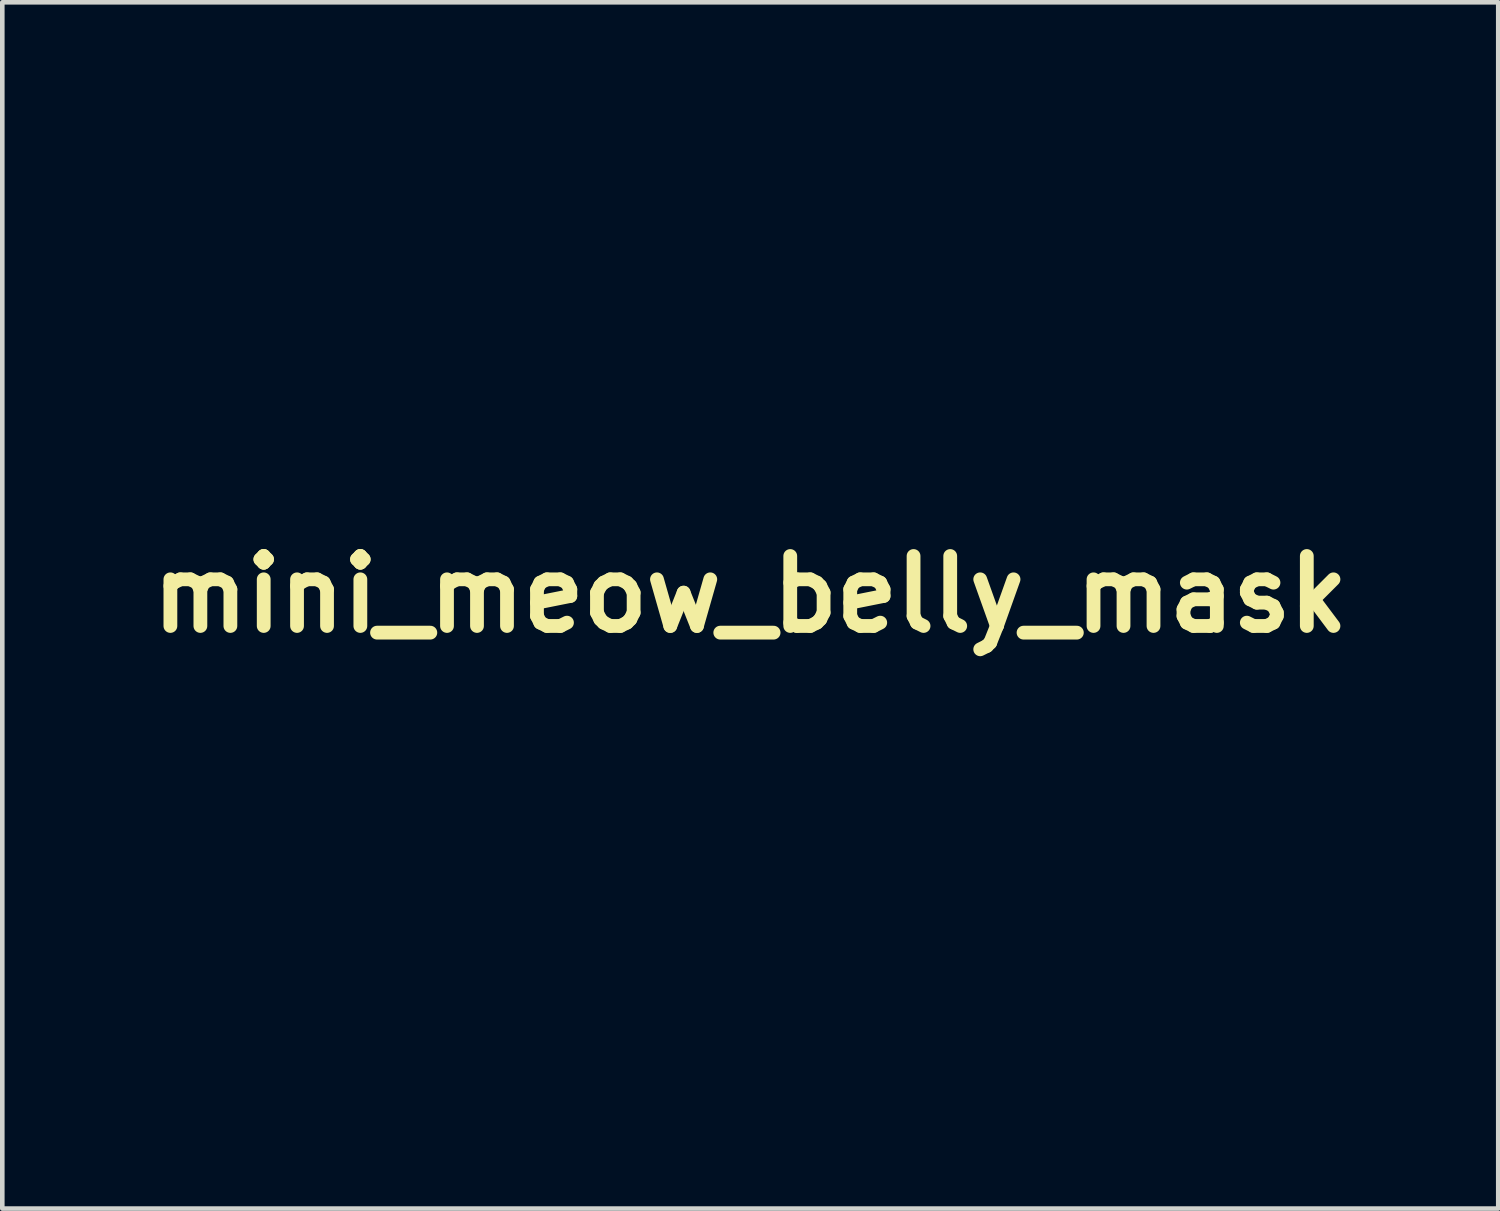
<source format=kicad_pcb>
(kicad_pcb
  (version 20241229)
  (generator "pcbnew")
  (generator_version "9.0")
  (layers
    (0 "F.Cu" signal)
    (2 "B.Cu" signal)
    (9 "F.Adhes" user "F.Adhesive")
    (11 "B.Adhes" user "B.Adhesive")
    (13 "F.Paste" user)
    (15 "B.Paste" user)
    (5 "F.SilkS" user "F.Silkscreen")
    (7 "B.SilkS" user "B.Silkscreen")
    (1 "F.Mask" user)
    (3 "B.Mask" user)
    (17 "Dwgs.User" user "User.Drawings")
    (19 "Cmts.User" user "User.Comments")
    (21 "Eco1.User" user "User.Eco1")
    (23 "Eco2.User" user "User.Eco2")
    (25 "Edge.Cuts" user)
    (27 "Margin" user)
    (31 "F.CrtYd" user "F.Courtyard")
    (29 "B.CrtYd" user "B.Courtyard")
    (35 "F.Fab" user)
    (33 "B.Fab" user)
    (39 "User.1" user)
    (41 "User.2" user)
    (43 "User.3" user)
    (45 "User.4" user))
  (footprint "mini_meow_belly_mask"
    (layer "F.Cu")
    (at 13.288 9.892)
    (property "Reference" "mini_meow_belly_mask" (at 0 0 0) (layer "F.SilkS") (effects (font (size 1.524 1.524) (thickness 0.3))))
    (attr through_hole)
    (fp_poly (pts (xy -1.026 5.711) (xy -1.03 5.721) (xy -1.063 5.745) (xy -1.071 5.746) (xy -1.085 5.73) (xy -1.081 5.721) (xy -1.047 5.696) (xy -1.039 5.695) (xy -1.026 5.711)) (stroke (width 0.01) (type solid)) (fill yes) (layer "F.Mask"))
    (fp_poly (pts (xy 2.311 -1.366) (xy 2.307 -1.336) (xy 2.298 -1.311) (xy 2.273 -1.275) (xy 2.254 -1.281) (xy 2.255 -1.322) (xy 2.276 -1.363) (xy 2.291 -1.373) (xy 2.311 -1.366)) (stroke (width 0.01) (type solid)) (fill yes) (layer "F.Mask"))
    (fp_poly (pts (xy 1.39 -1.587) (xy 1.397 -1.55) (xy 1.376 -1.502) (xy 1.362 -1.486) (xy 1.323 -1.453) (xy 1.305 -1.464) (xy 1.305 -1.519) (xy 1.325 -1.578) (xy 1.354 -1.597) (xy 1.39 -1.587)) (stroke (width 0.01) (type solid)) (fill yes) (layer "F.Mask"))
    (fp_poly (pts (xy 1.647 -1.834) (xy 1.659 -1.811) (xy 1.633 -1.772) (xy 1.617 -1.757) (xy 1.568 -1.721) (xy 1.54 -1.726) (xy 1.538 -1.73) (xy 1.539 -1.768) (xy 1.57 -1.809) (xy 1.613 -1.836) (xy 1.647 -1.834)) (stroke (width 0.01) (type solid)) (fill yes) (layer "F.Mask"))
    (fp_poly (pts (xy 1.757 -2.482) (xy 1.77 -2.455) (xy 1.783 -2.398) (xy 1.79 -2.32) (xy 1.791 -2.303) (xy 1.788 -2.236) (xy 1.772 -2.205) (xy 1.732 -2.192) (xy 1.721 -2.191) (xy 1.676 -2.189) (xy 1.659 -2.205) (xy 1.663 -2.254) (xy 1.667 -2.28) (xy 1.688 -2.363) (xy 1.715 -2.435) (xy 1.718 -2.441) (xy 1.742 -2.483) (xy 1.757 -2.482)) (stroke (width 0.01) (type solid)) (fill yes) (layer "F.Mask"))
    (fp_poly (pts (xy 2.501 -1.925) (xy 2.538 -1.893) (xy 2.595 -1.85) (xy 2.655 -1.839) (xy 2.701 -1.845) (xy 2.762 -1.85) (xy 2.795 -1.843) (xy 2.796 -1.839) (xy 2.779 -1.806) (xy 2.736 -1.753) (xy 2.68 -1.692) (xy 2.624 -1.637) (xy 2.579 -1.601) (xy 2.567 -1.595) (xy 2.525 -1.607) (xy 2.474 -1.664) (xy 2.47 -1.67) (xy 2.431 -1.748) (xy 2.426 -1.819) (xy 2.43 -1.839) (xy 2.448 -1.911) (xy 2.468 -1.939) (xy 2.501 -1.925)) (stroke (width 0.01) (type solid)) (fill yes) (layer "F.Mask"))
    (fp_poly (pts (xy 2.396 -3.135) (xy 2.394 -3.071) (xy 2.372 -2.966) (xy 2.365 -2.936) (xy 2.336 -2.817) (xy 2.303 -2.68) (xy 2.275 -2.559) (xy 2.237 -2.423) (xy 2.199 -2.334) (xy 2.161 -2.293) (xy 2.125 -2.301) (xy 2.09 -2.358) (xy 2.085 -2.371) (xy 2.064 -2.438) (xy 2.037 -2.534) (xy 2.011 -2.633) (xy 1.989 -2.734) (xy 1.981 -2.805) (xy 1.987 -2.864) (xy 2.001 -2.913) (xy 2.025 -2.967) (xy 2.065 -3.013) (xy 2.129 -3.058) (xy 2.225 -3.106) (xy 2.343 -3.157) (xy 2.38 -3.162) (xy 2.396 -3.135)) (stroke (width 0.01) (type solid)) (fill yes) (layer "F.Mask"))
    (fp_poly (pts (xy 1.623 -4.464) (xy 1.622 -4.391) (xy 1.62 -4.367) (xy 1.61 -4.28) (xy 1.599 -4.206) (xy 1.594 -4.181) (xy 1.585 -4.13) (xy 1.575 -4.046) (xy 1.564 -3.947) (xy 1.564 -3.94) (xy 1.551 -3.839) (xy 1.534 -3.751) (xy 1.517 -3.695) (xy 1.516 -3.693) (xy 1.485 -3.634) (xy 1.427 -3.697) (xy 1.361 -3.752) (xy 1.294 -3.789) (xy 1.235 -3.834) (xy 1.222 -3.898) (xy 1.243 -3.96) (xy 1.264 -4.011) (xy 1.288 -4.088) (xy 1.297 -4.119) (xy 1.334 -4.247) (xy 1.367 -4.335) (xy 1.4 -4.394) (xy 1.441 -4.433) (xy 1.478 -4.455) (xy 1.559 -4.491) (xy 1.605 -4.496) (xy 1.623 -4.464)) (stroke (width 0.01) (type solid)) (fill yes) (layer "F.Mask"))
    (fp_poly (pts (xy 1.26 -4.364) (xy 1.281 -4.347) (xy 1.274 -4.313) (xy 1.258 -4.279) (xy 1.231 -4.216) (xy 1.221 -4.168) (xy 1.207 -4.118) (xy 1.198 -4.105) (xy 1.176 -4.066) (xy 1.151 -4.002) (xy 1.147 -3.989) (xy 1.101 -3.906) (xy 1.048 -3.863) (xy 0.991 -3.835) (xy 0.956 -3.818) (xy 0.947 -3.833) (xy 0.948 -3.887) (xy 0.954 -3.931) (xy 0.967 -4.023) (xy 0.977 -4.107) (xy 0.979 -4.132) (xy 0.989 -4.208) (xy 1.005 -4.272) (xy 1.023 -4.309) (xy 1.036 -4.312) (xy 1.065 -4.313) (xy 1.085 -4.326) (xy 1.113 -4.342) (xy 1.119 -4.337) (xy 1.137 -4.335) (xy 1.172 -4.349) (xy 1.227 -4.366) (xy 1.26 -4.364)) (stroke (width 0.01) (type solid)) (fill yes) (layer "F.Mask"))
    (fp_poly (pts (xy 1.491 -3.588) (xy 1.489 -3.538) (xy 1.487 -3.518) (xy 1.466 -3.325) (xy 1.449 -3.176) (xy 1.435 -3.065) (xy 1.422 -2.987) (xy 1.409 -2.933) (xy 1.396 -2.899) (xy 1.388 -2.884) (xy 1.365 -2.862) (xy 1.339 -2.869) (xy 1.298 -2.912) (xy 1.289 -2.923) (xy 1.24 -2.973) (xy 1.188 -2.998) (xy 1.113 -3.008) (xy 1.087 -3.009) (xy 1.008 -3.014) (xy 0.966 -3.027) (xy 0.949 -3.054) (xy 0.945 -3.071) (xy 0.955 -3.129) (xy 0.989 -3.193) (xy 0.992 -3.197) (xy 1.037 -3.246) (xy 1.103 -3.31) (xy 1.18 -3.379) (xy 1.257 -3.445) (xy 1.324 -3.498) (xy 1.371 -3.529) (xy 1.384 -3.534) (xy 1.419 -3.55) (xy 1.452 -3.575) (xy 1.481 -3.597) (xy 1.491 -3.588)) (stroke (width 0.01) (type solid)) (fill yes) (layer "F.Mask"))
    (fp_poly (pts (xy 2.997 -3.394) (xy 2.996 -3.364) (xy 2.981 -3.301) (xy 2.953 -3.217) (xy 2.953 -3.215) (xy 2.913 -3.046) (xy 2.92 -2.891) (xy 2.971 -2.755) (xy 3.066 -2.643) (xy 3.184 -2.566) (xy 3.303 -2.508) (xy 3.248 -2.404) (xy 3.153 -2.255) (xy 3.015 -2.081) (xy 2.941 -1.996) (xy 2.888 -1.94) (xy 2.86 -1.92) (xy 2.849 -1.932) (xy 2.848 -1.947) (xy 2.828 -2.013) (xy 2.779 -2.087) (xy 2.716 -2.153) (xy 2.652 -2.193) (xy 2.641 -2.196) (xy 2.586 -2.219) (xy 2.56 -2.248) (xy 2.56 -2.288) (xy 2.571 -2.368) (xy 2.593 -2.478) (xy 2.622 -2.608) (xy 2.655 -2.75) (xy 2.692 -2.893) (xy 2.729 -3.028) (xy 2.764 -3.145) (xy 2.795 -3.236) (xy 2.803 -3.256) (xy 2.836 -3.304) (xy 2.888 -3.351) (xy 2.942 -3.386) (xy 2.985 -3.398) (xy 2.997 -3.394)) (stroke (width 0.01) (type solid)) (fill yes) (layer "F.Mask"))
    (fp_poly (pts (xy 3.426 -1.909) (xy 3.427 -1.844) (xy 3.422 -1.747) (xy 3.412 -1.627) (xy 3.397 -1.494) (xy 3.379 -1.356) (xy 3.358 -1.222) (xy 3.356 -1.208) (xy 3.334 -1.074) (xy 3.313 -0.939) (xy 3.297 -0.823) (xy 3.29 -0.769) (xy 3.278 -0.683) (xy 3.263 -0.621) (xy 3.251 -0.595) (xy 3.235 -0.563) (xy 3.229 -0.507) (xy 3.217 -0.449) (xy 3.185 -0.434) (xy 3.14 -0.463) (xy 3.11 -0.502) (xy 3.049 -0.598) (xy 2.981 -0.713) (xy 2.909 -0.838) (xy 2.839 -0.965) (xy 2.775 -1.084) (xy 2.723 -1.187) (xy 2.686 -1.265) (xy 2.67 -1.309) (xy 2.67 -1.313) (xy 2.687 -1.346) (xy 2.73 -1.397) (xy 2.784 -1.453) (xy 2.838 -1.5) (xy 2.875 -1.525) (xy 2.88 -1.526) (xy 2.909 -1.542) (xy 2.961 -1.583) (xy 3.009 -1.626) (xy 3.075 -1.684) (xy 3.155 -1.75) (xy 3.241 -1.815) (xy 3.32 -1.873) (xy 3.382 -1.914) (xy 3.417 -1.932) (xy 3.419 -1.932) (xy 3.426 -1.909)) (stroke (width 0.01) (type solid)) (fill yes) (layer "F.Mask"))
    (fp_poly (pts (xy -0.66 -9.886) (xy -0.208 -9.885) (xy -0.064 -9.884) (xy 0.326 -9.883) (xy 0.669 -9.881) (xy 0.967 -9.88) (xy 1.226 -9.878) (xy 1.448 -9.876) (xy 1.638 -9.874) (xy 1.798 -9.871) (xy 1.932 -9.868) (xy 2.044 -9.865) (xy 2.138 -9.86) (xy 2.217 -9.855) (xy 2.285 -9.85) (xy 2.345 -9.843) (xy 2.4 -9.835) (xy 2.456 -9.826) (xy 2.492 -9.82) (xy 2.918 -9.736) (xy 3.308 -9.635) (xy 3.677 -9.514) (xy 4.04 -9.368) (xy 4.335 -9.23) (xy 4.828 -8.96) (xy 5.283 -8.657) (xy 5.702 -8.321) (xy 6.087 -7.949) (xy 6.274 -7.742) (xy 6.629 -7.294) (xy 6.937 -6.829) (xy 7.199 -6.344) (xy 7.416 -5.837) (xy 7.59 -5.305) (xy 7.72 -4.748) (xy 7.771 -4.449) (xy 7.777 -4.405) (xy 7.783 -4.355) (xy 7.788 -4.298) (xy 7.792 -4.231) (xy 7.797 -4.151) (xy 7.8 -4.056) (xy 7.803 -3.942) (xy 7.806 -3.808) (xy 7.809 -3.651) (xy 7.811 -3.467) (xy 7.813 -3.254) (xy 7.815 -3.01) (xy 7.817 -2.732) (xy 7.818 -2.416) (xy 7.82 -2.062) (xy 7.821 -1.665) (xy 7.822 -1.223) (xy 7.824 -0.733) (xy 7.824 -0.62) (xy 7.833 2.916) (xy 7.711 2.962) (xy 7.586 3.014) (xy 7.431 3.088) (xy 7.259 3.176) (xy 7.084 3.271) (xy 6.917 3.368) (xy 6.772 3.458) (xy 6.756 3.469) (xy 6.336 3.777) (xy 5.951 4.12) (xy 5.602 4.494) (xy 5.291 4.896) (xy 5.02 5.322) (xy 4.79 5.771) (xy 4.603 6.238) (xy 4.461 6.721) (xy 4.366 7.217) (xy 4.319 7.722) (xy 4.314 7.958) (xy 4.315 8.129) (xy 4.319 8.261) (xy 4.327 8.366) (xy 4.34 8.456) (xy 4.359 8.542) (xy 4.369 8.58) (xy 4.432 8.769) (xy 4.517 8.966) (xy 4.614 9.152) (xy 4.715 9.308) (xy 4.726 9.323) (xy 4.782 9.402) (xy 4.805 9.451) (xy 4.798 9.479) (xy 4.797 9.48) (xy 4.747 9.512) (xy 4.661 9.561) (xy 4.547 9.621) (xy 4.416 9.687) (xy 4.278 9.754) (xy 4.141 9.818) (xy 4.016 9.873) (xy 3.954 9.9) (xy 3.525 10.059) (xy 3.104 10.183) (xy 2.669 10.277) (xy 2.395 10.321) (xy 2.331 10.33) (xy 2.268 10.338) (xy 2.204 10.345) (xy 2.134 10.351) (xy 2.055 10.356) (xy 1.964 10.36) (xy 1.857 10.364) (xy 1.73 10.366) (xy 1.579 10.368) (xy 1.401 10.37) (xy 1.193 10.371) (xy 0.951 10.371) (xy 0.671 10.371) (xy 0.349 10.371) (xy -0.018 10.371) (xy -0.262 10.37) (xy -0.603 10.37) (xy -0.932 10.368) (xy -1.246 10.367) (xy -1.541 10.365) (xy -1.811 10.362) (xy -2.055 10.36) (xy -2.267 10.357) (xy -2.443 10.354) (xy -2.581 10.35) (xy -2.675 10.347) (xy -2.721 10.344) (xy -3.237 10.254) (xy -3.72 10.137) (xy -4.177 9.988) (xy -4.619 9.805) (xy -5.013 9.608) (xy -5.111 9.554) (xy -5.191 9.51) (xy -5.243 9.481) (xy -5.258 9.471) (xy -5.248 9.449) (xy -5.215 9.394) (xy -5.164 9.316) (xy -5.128 9.262) (xy -4.986 9.02) (xy -4.879 8.76) (xy -4.805 8.479) (xy -4.792 8.378) (xy -2.184 8.378) (xy -2.18 8.464) (xy -2.171 8.53) (xy -2.157 8.558) (xy -2.141 8.591) (xy -2.136 8.637) (xy -2.118 8.696) (xy -2.062 8.773) (xy -2.002 8.836) (xy -1.869 8.97) (xy -1.716 8.963) (xy -1.609 8.955) (xy -1.501 8.945) (xy -1.449 8.938) (xy -1.363 8.925) (xy -1.288 8.914) (xy -1.271 8.911) (xy -1.208 8.902) (xy -1.121 8.891) (xy -1.081 8.886) (xy -0.92 8.864) (xy -0.797 8.836) (xy -0.698 8.799) (xy -0.609 8.745) (xy -0.518 8.669) (xy -0.497 8.65) (xy -0.42 8.581) (xy -0.348 8.518) (xy -0.301 8.479) (xy -0.238 8.407) (xy -0.183 8.303) (xy -0.143 8.186) (xy -0.127 8.076) (xy -0.127 8.072) (xy -0.118 7.989) (xy -0.092 7.936) (xy -0.089 7.933) (xy -0.062 7.896) (xy -0.05 7.855) (xy -0.058 7.832) (xy -0.062 7.831) (xy -0.099 7.842) (xy -0.149 7.866) (xy -0.191 7.893) (xy -0.203 7.907) (xy -0.224 7.929) (xy -0.273 7.958) (xy -0.273 7.958) (xy -0.326 7.983) (xy -0.37 7.999) (xy -0.43 8.014) (xy -0.458 8.021) (xy -0.52 8.031) (xy -0.602 8.038) (xy -0.689 8.041) (xy -0.768 8.041) (xy -0.825 8.037) (xy -0.848 8.029) (xy -0.847 8.027) (xy -0.812 7.993) (xy -0.744 7.944) (xy -0.655 7.888) (xy -0.559 7.831) (xy -0.467 7.781) (xy -0.393 7.745) (xy -0.35 7.732) (xy -0.312 7.719) (xy -0.305 7.706) (xy -0.29 7.691) (xy 0.229 7.691) (xy 0.241 7.732) (xy 0.273 7.799) (xy 0.315 7.877) (xy 0.36 7.95) (xy 0.374 7.971) (xy 0.49 8.168) (xy 0.564 8.384) (xy 0.594 8.557) (xy 0.596 8.651) (xy 0.574 8.706) (xy 0.523 8.731) (xy 0.519 8.731) (xy 0.475 8.757) (xy 0.462 8.803) (xy 0.484 8.847) (xy 0.495 8.854) (xy 0.539 8.896) (xy 0.561 8.933) (xy 0.59 8.991) (xy 0.632 9.063) (xy 0.64 9.077) (xy 0.683 9.149) (xy 0.719 9.213) (xy 0.724 9.221) (xy 0.803 9.331) (xy 0.911 9.434) (xy 1.029 9.511) (xy 1.056 9.524) (xy 1.141 9.555) (xy 1.204 9.562) (xy 1.265 9.545) (xy 1.31 9.523) (xy 1.414 9.442) (xy 1.479 9.332) (xy 1.5 9.2) (xy 1.499 9.179) (xy 1.494 9.104) (xy 1.491 9.039) (xy 1.478 8.975) (xy 1.454 8.936) (xy 1.428 8.901) (xy 1.427 8.885) (xy 1.421 8.837) (xy 1.387 8.758) (xy 1.332 8.655) (xy 1.261 8.539) (xy 1.179 8.416) (xy 1.091 8.294) (xy 1.002 8.184) (xy 0.919 8.091) (xy 0.91 8.082) (xy 0.816 7.99) (xy 0.747 7.925) (xy 0.693 7.882) (xy 0.644 7.85) (xy 0.591 7.822) (xy 0.565 7.81) (xy 0.479 7.766) (xy 0.396 7.715) (xy 0.39 7.71) (xy 0.327 7.676) (xy 0.276 7.667) (xy 0.269 7.668) (xy 0.234 7.685) (xy 0.229 7.691) (xy -0.29 7.691) (xy -0.283 7.684) (xy -0.229 7.659) (xy -0.21 7.652) (xy -0.138 7.624) (xy -0.082 7.595) (xy -0.076 7.591) (xy -0.037 7.567) (xy 0.036 7.528) (xy 0.128 7.483) (xy 0.165 7.465) (xy 0.273 7.414) (xy 0.376 7.364) (xy 0.456 7.324) (xy 0.47 7.316) (xy 0.556 7.273) (xy 0.655 7.222) (xy 0.699 7.2) (xy 0.785 7.155) (xy 0.864 7.11) (xy 0.895 7.089) (xy 0.941 7.05) (xy 0.95 7.011) (xy 0.939 6.974) (xy 0.924 6.914) (xy 0.925 6.876) (xy 0.913 6.844) (xy 0.87 6.79) (xy 0.806 6.722) (xy 0.727 6.647) (xy 0.645 6.576) (xy 0.568 6.517) (xy 0.525 6.489) (xy 0.441 6.45) (xy 0.362 6.444) (xy 0.268 6.471) (xy 0.249 6.479) (xy 0.193 6.493) (xy 0.102 6.506) (xy -0.008 6.517) (xy -0.056 6.52) (xy -0.27 6.533) (xy -0.438 6.544) (xy -0.567 6.554) (xy -0.663 6.564) (xy -0.731 6.573) (xy -0.775 6.583) (xy -0.835 6.592) (xy -0.928 6.597) (xy -1.04 6.598) (xy -1.093 6.597) (xy -1.229 6.589) (xy -1.328 6.575) (xy -1.404 6.551) (xy -1.436 6.536) (xy -1.52 6.497) (xy -1.572 6.487) (xy -1.6 6.505) (xy -1.608 6.528) (xy -1.601 6.598) (xy -1.557 6.686) (xy -1.485 6.782) (xy -1.392 6.879) (xy -1.285 6.966) (xy -1.172 7.036) (xy -1.167 7.039) (xy -1.091 7.072) (xy -1.008 7.094) (xy -0.906 7.108) (xy -0.772 7.115) (xy -0.704 7.117) (xy -0.629 7.121) (xy -0.594 7.134) (xy -0.589 7.16) (xy -0.589 7.161) (xy -0.618 7.2) (xy -0.646 7.21) (xy -0.694 7.226) (xy -0.709 7.239) (xy -0.74 7.268) (xy -0.797 7.311) (xy -0.867 7.361) (xy -0.937 7.407) (xy -0.991 7.44) (xy -1.015 7.45) (xy -1.047 7.467) (xy -1.086 7.507) (xy -1.15 7.567) (xy -1.232 7.618) (xy -1.309 7.649) (xy -1.339 7.653) (xy -1.388 7.671) (xy -1.442 7.714) (xy -1.443 7.715) (xy -1.509 7.77) (xy -1.594 7.823) (xy -1.679 7.863) (xy -1.747 7.882) (xy -1.752 7.882) (xy -1.799 7.9) (xy -1.814 7.92) (xy -1.851 7.949) (xy -1.914 7.958) (xy -2.004 7.983) (xy -2.09 8.059) (xy -2.156 8.157) (xy -2.171 8.209) (xy -2.181 8.288) (xy -2.184 8.378) (xy -4.792 8.378) (xy -4.766 8.173) (xy -4.76 7.838) (xy -4.787 7.472) (xy -4.847 7.071) (xy -4.871 6.941) (xy -4.977 6.52) (xy -3.849 6.52) (xy -3.832 6.557) (xy -3.788 6.577) (xy -3.726 6.586) (xy -3.651 6.604) (xy -3.565 6.651) (xy -3.549 6.662) (xy -3.487 6.706) (xy -3.442 6.733) (xy -3.429 6.738) (xy -3.399 6.751) (xy -3.341 6.785) (xy -3.289 6.819) (xy -3.145 6.888) (xy -2.99 6.909) (xy -2.842 6.885) (xy -2.64 6.811) (xy -2.44 6.726) (xy -2.262 6.636) (xy -2.199 6.6) (xy -2.099 6.54) (xy -2 6.484) (xy -1.922 6.441) (xy -1.915 6.438) (xy -1.763 6.345) (xy -1.656 6.248) (xy -1.613 6.213) (xy -1.586 6.204) (xy -1.555 6.188) (xy -1.496 6.145) (xy -1.422 6.084) (xy -1.392 6.058) (xy -1.292 5.97) (xy -1.183 5.876) (xy -1.087 5.795) (xy -1.082 5.791) (xy -1.016 5.734) (xy -0.975 5.691) (xy -0.966 5.671) (xy -0.968 5.67) (xy -0.988 5.662) (xy -0.972 5.64) (xy -0.932 5.628) (xy -0.891 5.656) (xy -0.858 5.719) (xy -0.854 5.735) (xy -0.826 5.804) (xy -0.777 5.89) (xy -0.718 5.978) (xy -0.66 6.052) (xy -0.612 6.097) (xy -0.611 6.097) (xy -0.559 6.115) (xy -0.477 6.12) (xy -0.355 6.115) (xy -0.349 6.114) (xy -0.25 6.105) (xy -0.172 6.096) (xy -0.127 6.088) (xy -0.122 6.086) (xy -0.076 6.072) (xy 0.02 6.057) (xy 0.165 6.039) (xy 0.186 6.037) (xy 0.274 6.024) (xy 0.351 6.006) (xy 0.372 5.999) (xy 0.445 5.98) (xy 0.495 5.975) (xy 0.555 5.954) (xy 0.619 5.898) (xy 0.622 5.895) (xy 0.67 5.812) (xy 0.67 5.733) (xy 0.619 5.652) (xy 0.601 5.633) (xy 0.543 5.568) (xy 0.492 5.505) (xy 0.449 5.459) (xy 0.396 5.439) (xy 0.329 5.436) (xy 0.238 5.439) (xy 0.156 5.447) (xy 0.14 5.45) (xy 0.073 5.46) (xy -0.021 5.472) (xy -0.095 5.481) (xy -0.178 5.494) (xy -0.235 5.509) (xy -0.254 5.522) (xy -0.271 5.533) (xy -0.285 5.527) (xy -0.324 5.518) (xy -0.399 5.513) (xy -0.495 5.513) (xy -0.511 5.514) (xy -0.615 5.515) (xy -0.679 5.51) (xy -0.711 5.496) (xy -0.72 5.483) (xy -0.715 5.437) (xy -0.698 5.414) (xy -0.666 5.37) (xy -0.661 5.347) (xy -0.644 5.322) (xy -0.614 5.325) (xy -0.576 5.321) (xy -0.517 5.286) (xy -0.433 5.218) (xy -0.391 5.181) (xy -0.254 5.054) (xy -0.13 4.934) (xy -0.024 4.828) (xy 0.059 4.739) (xy 0.115 4.672) (xy 0.139 4.633) (xy 0.139 4.626) (xy 0.135 4.604) (xy 0.161 4.607) (xy 0.206 4.634) (xy 0.225 4.649) (xy 0.265 4.693) (xy 0.28 4.726) (xy 0.297 4.753) (xy 0.305 4.755) (xy 0.33 4.774) (xy 0.331 4.782) (xy 0.347 4.824) (xy 0.392 4.89) (xy 0.455 4.968) (xy 0.529 5.046) (xy 0.568 5.084) (xy 0.623 5.142) (xy 0.695 5.228) (xy 0.777 5.332) (xy 0.846 5.427) (xy 0.929 5.541) (xy 1.016 5.655) (xy 1.094 5.754) (xy 1.142 5.811) (xy 1.28 5.983) (xy 1.425 6.187) (xy 1.565 6.409) (xy 1.64 6.54) (xy 1.701 6.644) (xy 1.76 6.739) (xy 1.81 6.811) (xy 1.828 6.834) (xy 1.875 6.889) (xy 1.941 6.969) (xy 2.013 7.059) (xy 2.032 7.083) (xy 2.114 7.181) (xy 2.205 7.277) (xy 2.288 7.354) (xy 2.298 7.363) (xy 2.37 7.412) (xy 2.477 7.476) (xy 2.608 7.548) (xy 2.751 7.622) (xy 2.895 7.693) (xy 3.029 7.754) (xy 3.14 7.8) (xy 3.158 7.807) (xy 3.242 7.846) (xy 3.319 7.895) (xy 3.324 7.899) (xy 3.392 7.934) (xy 3.481 7.956) (xy 3.576 7.962) (xy 3.662 7.953) (xy 3.721 7.928) (xy 3.736 7.911) (xy 3.747 7.861) (xy 3.75 7.78) (xy 3.747 7.684) (xy 3.738 7.59) (xy 3.725 7.516) (xy 3.711 7.481) (xy 3.7 7.456) (xy 3.688 7.417) (xy 3.681 7.399) (xy 3.664 7.353) (xy 3.638 7.281) (xy 3.626 7.246) (xy 3.593 7.174) (xy 3.542 7.111) (xy 3.463 7.043) (xy 3.426 7.015) (xy 3.316 6.942) (xy 3.189 6.867) (xy 3.089 6.815) (xy 2.822 6.679) (xy 2.589 6.543) (xy 2.395 6.408) (xy 2.244 6.279) (xy 2.2 6.232) (xy 2.143 6.169) (xy 2.068 6.086) (xy 1.992 6.003) (xy 1.911 5.912) (xy 1.817 5.802) (xy 1.729 5.696) (xy 1.718 5.683) (xy 1.646 5.598) (xy 1.546 5.485) (xy 1.425 5.351) (xy 1.289 5.204) (xy 1.146 5.052) (xy 1.003 4.901) (xy 0.867 4.76) (xy 0.745 4.637) (xy 0.736 4.628) (xy 0.639 4.532) (xy 0.575 4.463) (xy 0.539 4.414) (xy 0.528 4.374) (xy 0.539 4.335) (xy 0.57 4.288) (xy 0.599 4.248) (xy 0.65 4.172) (xy 0.676 4.116) (xy 0.682 4.062) (xy 0.675 3.998) (xy 0.634 3.796) (xy 0.572 3.631) (xy 0.483 3.489) (xy 0.429 3.423) (xy 0.382 3.391) (xy 0.35 3.405) (xy 0.339 3.46) (xy 0.341 3.485) (xy 0.337 3.545) (xy 0.31 3.607) (xy 0.252 3.679) (xy 0.16 3.77) (xy 0.128 3.799) (xy 0.071 3.852) (xy -0.013 3.933) (xy -0.116 4.032) (xy -0.228 4.141) (xy -0.302 4.214) (xy -0.405 4.316) (xy -0.497 4.403) (xy -0.571 4.471) (xy -0.621 4.514) (xy -0.639 4.526) (xy -0.66 4.545) (xy -0.661 4.552) (xy -0.677 4.583) (xy -0.718 4.632) (xy -0.771 4.687) (xy -0.822 4.734) (xy -0.859 4.76) (xy -0.867 4.762) (xy -0.891 4.776) (xy -0.942 4.82) (xy -1.011 4.886) (xy -1.059 4.934) (xy -1.151 5.023) (xy -1.248 5.108) (xy -1.334 5.175) (xy -1.36 5.193) (xy -1.436 5.245) (xy -1.499 5.293) (xy -1.526 5.317) (xy -1.565 5.351) (xy -1.633 5.402) (xy -1.716 5.46) (xy -1.729 5.469) (xy -1.826 5.536) (xy -1.921 5.606) (xy -1.994 5.663) (xy -1.994 5.663) (xy -2.055 5.711) (xy -2.099 5.741) (xy -2.112 5.746) (xy -2.141 5.759) (xy -2.199 5.794) (xy -2.275 5.843) (xy -2.279 5.846) (xy -2.355 5.893) (xy -2.415 5.925) (xy -2.446 5.934) (xy -2.447 5.933) (xy -2.466 5.939) (xy -2.466 5.944) (xy -2.487 5.963) (xy -2.538 5.994) (xy -2.607 6.03) (xy -2.68 6.065) (xy -2.743 6.091) (xy -2.782 6.103) (xy -2.788 6.101) (xy -2.807 6.106) (xy -2.839 6.13) (xy -2.919 6.181) (xy -3.037 6.234) (xy -3.179 6.284) (xy -3.332 6.328) (xy -3.483 6.361) (xy -3.572 6.373) (xy -3.655 6.388) (xy -3.72 6.411) (xy -3.74 6.423) (xy -3.784 6.452) (xy -3.807 6.458) (xy -3.84 6.478) (xy -3.849 6.52) (xy -4.977 6.52) (xy -4.996 6.443) (xy -5.167 5.961) (xy -5.383 5.499) (xy -5.64 5.059) (xy -5.937 4.645) (xy -6.271 4.26) (xy -6.64 3.906) (xy -7.041 3.588) (xy -7.472 3.309) (xy -7.75 3.158) (xy -7.874 3.096) (xy -7.994 3.039) (xy -8.096 2.992) (xy -8.167 2.963) (xy -8.168 2.962) (xy -8.289 2.917) (xy -8.289 1.213) (xy -0.583 1.213) (xy -0.57 1.324) (xy -0.532 1.415) (xy -0.392 1.642) (xy -0.252 1.827) (xy -0.201 1.884) (xy -0.135 1.944) (xy -0.062 1.99) (xy 0.024 2.022) (xy 0.129 2.042) (xy 0.261 2.051) (xy 0.426 2.048) (xy 0.631 2.036) (xy 0.795 2.023) (xy 0.865 2.02) (xy 0.908 2.025) (xy 0.915 2.03) (xy 0.893 2.065) (xy 0.824 2.122) (xy 0.737 2.185) (xy 0.675 2.23) (xy 0.63 2.267) (xy 0.623 2.275) (xy 0.589 2.304) (xy 0.528 2.35) (xy 0.477 2.386) (xy 0.412 2.432) (xy 0.368 2.467) (xy 0.356 2.48) (xy 0.376 2.479) (xy 0.423 2.465) (xy 0.477 2.443) (xy 0.519 2.421) (xy 0.553 2.403) (xy 0.559 2.401) (xy 0.603 2.385) (xy 0.671 2.353) (xy 0.743 2.313) (xy 0.796 2.281) (xy 0.861 2.25) (xy 0.918 2.245) (xy 0.918 2.246) (xy 0.973 2.242) (xy 1.042 2.216) (xy 1.058 2.207) (xy 1.151 2.17) (xy 1.214 2.169) (xy 1.29 2.167) (xy 1.347 2.149) (xy 1.406 2.13) (xy 1.501 2.112) (xy 1.616 2.096) (xy 1.739 2.084) (xy 1.852 2.079) (xy 1.913 2.079) (xy 1.997 2.09) (xy 2.095 2.114) (xy 2.19 2.145) (xy 2.261 2.178) (xy 2.279 2.19) (xy 2.329 2.202) (xy 2.4 2.191) (xy 2.475 2.161) (xy 2.535 2.12) (xy 2.55 2.102) (xy 2.593 1.992) (xy 2.592 1.863) (xy 2.549 1.721) (xy 2.476 1.59) (xy 2.43 1.517) (xy 2.399 1.458) (xy 2.39 1.432) (xy 2.374 1.379) (xy 2.335 1.31) (xy 2.286 1.243) (xy 2.239 1.196) (xy 2.231 1.192) (xy 2.139 1.153) (xy 2.016 1.117) (xy 1.881 1.086) (xy 1.751 1.064) (xy 1.645 1.057) (xy 1.623 1.058) (xy 1.566 1.061) (xy 1.471 1.066) (xy 1.35 1.072) (xy 1.216 1.078) (xy 1.195 1.079) (xy 1.043 1.086) (xy 0.886 1.094) (xy 0.743 1.101) (xy 0.636 1.108) (xy 0.444 1.119) (xy 0.252 1.126) (xy 0.067 1.129) (xy -0.103 1.129) (xy -0.248 1.126) (xy -0.362 1.118) (xy -0.436 1.108) (xy -0.451 1.103) (xy -0.509 1.084) (xy -0.539 1.091) (xy -0.559 1.118) (xy -0.583 1.213) (xy -8.289 1.213) (xy -8.289 0.783) (xy -8.231 0.797) (xy -7.991 0.84) (xy -7.726 0.858) (xy -7.455 0.851) (xy -7.196 0.819) (xy -7.064 0.79) (xy -6.724 0.678) (xy -6.407 0.522) (xy -6.118 0.325) (xy -5.86 0.089) (xy -5.636 -0.182) (xy -5.579 -0.267) (xy -5.49 -0.415) (xy -5.406 -0.578) (xy -5.333 -0.741) (xy -5.279 -0.889) (xy -5.25 -0.998) (xy -5.235 -1.059) (xy -5.222 -1.092) (xy -5.22 -1.093) (xy -5.193 -1.08) (xy -5.143 -1.047) (xy -5.134 -1.041) (xy -5.075 -1.005) (xy -4.987 -0.958) (xy -4.888 -0.909) (xy -4.874 -0.902) (xy -4.547 -0.779) (xy -4.212 -0.703) (xy -3.871 -0.675) (xy -3.532 -0.693) (xy -3.198 -0.757) (xy -2.874 -0.866) (xy -2.566 -1.019) (xy -2.279 -1.215) (xy -2.175 -1.303) (xy -1.736 -1.303) (xy -1.713 -1.259) (xy -1.698 -1.238) (xy -1.659 -1.161) (xy -1.639 -1.081) (xy -1.638 -1.074) (xy -1.612 -0.993) (xy -1.549 -0.928) (xy -1.461 -0.886) (xy -1.362 -0.875) (xy -1.323 -0.881) (xy -1.26 -0.902) (xy -1.177 -0.936) (xy -1.088 -0.976) (xy -1.008 -1.016) (xy -0.979 -1.033) (xy -0.557 -1.033) (xy -0.535 -0.958) (xy -0.509 -0.916) (xy -0.475 -0.849) (xy -0.444 -0.758) (xy -0.432 -0.708) (xy -0.405 -0.586) (xy -0.378 -0.485) (xy -0.354 -0.414) (xy -0.334 -0.382) (xy -0.332 -0.381) (xy -0.313 -0.36) (xy -0.289 -0.307) (xy -0.284 -0.296) (xy -0.234 -0.202) (xy -0.161 -0.12) (xy -0.075 -0.054) (xy 0.016 -0.01) (xy 0.102 0.009) (xy 0.172 -0.004) (xy 0.209 -0.036) (xy 0.224 -0.081) (xy 0.228 -0.131) (xy 0.235 -0.201) (xy 0.251 -0.303) (xy 0.274 -0.423) (xy 0.301 -0.548) (xy 0.329 -0.662) (xy 0.354 -0.753) (xy 0.372 -0.801) (xy 0.404 -0.875) (xy 0.423 -0.941) (xy 0.441 -1.004) (xy 0.473 -1.084) (xy 0.483 -1.106) (xy 0.519 -1.193) (xy 0.547 -1.28) (xy 0.563 -1.356) (xy 0.565 -1.408) (xy 0.554 -1.424) (xy 0.527 -1.407) (xy 0.474 -1.364) (xy 0.403 -1.302) (xy 0.325 -1.231) (xy 0.249 -1.159) (xy 0.184 -1.095) (xy 0.141 -1.048) (xy 0.137 -1.042) (xy 0.037 -0.929) (xy -0.053 -0.856) (xy -0.101 -0.829) (xy -0.131 -0.835) (xy -0.167 -0.878) (xy -0.168 -0.879) (xy -0.235 -0.97) (xy -0.284 -1.028) (xy -0.326 -1.063) (xy -0.371 -1.085) (xy -0.395 -1.094) (xy -0.483 -1.107) (xy -0.538 -1.085) (xy -0.557 -1.033) (xy -0.979 -1.033) (xy -0.949 -1.05) (xy -0.928 -1.068) (xy -0.897 -1.082) (xy -0.887 -1.079) (xy -0.85 -1.081) (xy -0.818 -1.101) (xy -0.757 -1.142) (xy -0.655 -1.191) (xy -0.524 -1.246) (xy -0.42 -1.284) (xy -0.342 -1.314) (xy -0.284 -1.339) (xy -0.266 -1.35) (xy -0.222 -1.371) (xy -0.177 -1.384) (xy -0.127 -1.398) (xy -0.043 -1.425) (xy 0.062 -1.461) (xy 0.13 -1.485) (xy 0.242 -1.524) (xy 0.343 -1.557) (xy 0.42 -1.58) (xy 0.448 -1.586) (xy 0.517 -1.601) (xy 0.608 -1.62) (xy 0.648 -1.629) (xy 0.822 -1.665) (xy 0.948 -1.684) (xy 0.979 -1.687) (xy 1.001 -1.686) (xy 1.015 -1.672) (xy 1.024 -1.637) (xy 1.029 -1.574) (xy 1.031 -1.472) (xy 1.031 -1.398) (xy 1.036 -1.224) (xy 1.05 -1.087) (xy 1.074 -0.977) (xy 1.079 -0.96) (xy 1.133 -0.832) (xy 1.202 -0.737) (xy 1.278 -0.679) (xy 1.357 -0.662) (xy 1.421 -0.684) (xy 1.454 -0.725) (xy 1.487 -0.796) (xy 1.513 -0.879) (xy 1.525 -0.953) (xy 1.525 -0.958) (xy 1.535 -1.009) (xy 1.55 -1.029) (xy 1.564 -1.062) (xy 1.56 -1.082) (xy 1.561 -1.133) (xy 1.57 -1.151) (xy 1.592 -1.195) (xy 1.622 -1.278) (xy 1.658 -1.389) (xy 1.696 -1.518) (xy 1.732 -1.652) (xy 1.764 -1.783) (xy 1.765 -1.787) (xy 1.803 -1.854) (xy 1.871 -1.889) (xy 1.939 -1.887) (xy 1.995 -1.853) (xy 2.036 -1.795) (xy 2.051 -1.733) (xy 2.046 -1.71) (xy 2.034 -1.683) (xy 2.025 -1.656) (xy 2.016 -1.617) (xy 2.003 -1.552) (xy 1.986 -1.462) (xy 1.972 -1.392) (xy 1.955 -1.32) (xy 1.933 -1.235) (xy 1.903 -1.13) (xy 1.863 -0.995) (xy 1.81 -0.822) (xy 1.804 -0.802) (xy 1.779 -0.706) (xy 1.758 -0.605) (xy 1.743 -0.507) (xy 1.735 -0.424) (xy 1.735 -0.365) (xy 1.744 -0.34) (xy 1.752 -0.344) (xy 1.776 -0.378) (xy 1.814 -0.443) (xy 1.85 -0.509) (xy 1.912 -0.625) (xy 1.958 -0.701) (xy 1.99 -0.745) (xy 2.015 -0.762) (xy 2.021 -0.763) (xy 2.049 -0.78) (xy 2.103 -0.827) (xy 2.175 -0.894) (xy 2.235 -0.954) (xy 2.332 -1.048) (xy 2.4 -1.103) (xy 2.441 -1.123) (xy 2.452 -1.12) (xy 2.473 -1.09) (xy 2.512 -1.022) (xy 2.564 -0.926) (xy 2.625 -0.81) (xy 2.658 -0.745) (xy 2.72 -0.623) (xy 2.774 -0.518) (xy 2.817 -0.438) (xy 2.844 -0.39) (xy 2.851 -0.381) (xy 2.869 -0.353) (xy 2.896 -0.298) (xy 2.922 -0.237) (xy 2.939 -0.187) (xy 2.942 -0.169) (xy 2.951 -0.145) (xy 2.967 -0.124) (xy 2.996 -0.07) (xy 3.01 -0.025) (xy 3.062 0.138) (xy 3.146 0.272) (xy 3.166 0.293) (xy 3.257 0.373) (xy 3.335 0.404) (xy 3.4 0.388) (xy 3.42 0.372) (xy 3.458 0.322) (xy 3.504 0.246) (xy 3.549 0.16) (xy 3.587 0.078) (xy 3.608 0.016) (xy 3.61 0.001) (xy 3.621 -0.046) (xy 3.633 -0.062) (xy 3.655 -0.099) (xy 3.677 -0.178) (xy 3.695 -0.29) (xy 3.702 -0.352) (xy 3.715 -0.45) (xy 3.735 -0.556) (xy 3.74 -0.581) (xy 3.8 -0.908) (xy 3.828 -1.182) (xy 3.839 -1.319) (xy 3.853 -1.458) (xy 3.868 -1.587) (xy 3.884 -1.697) (xy 3.899 -1.778) (xy 3.91 -1.817) (xy 3.926 -1.861) (xy 3.934 -1.907) (xy 3.942 -1.973) (xy 3.955 -2.076) (xy 3.971 -2.202) (xy 3.99 -2.34) (xy 4.009 -2.475) (xy 4.018 -2.543) (xy 4.034 -2.665) (xy 4.048 -2.799) (xy 4.055 -2.873) (xy 4.07 -3.046) (xy 4.082 -3.18) (xy 4.094 -3.288) (xy 4.107 -3.381) (xy 4.122 -3.472) (xy 4.141 -3.572) (xy 4.144 -3.585) (xy 4.167 -3.719) (xy 4.189 -3.862) (xy 4.205 -3.987) (xy 4.208 -4.017) (xy 4.229 -4.211) (xy 4.262 -4.421) (xy 4.302 -4.631) (xy 4.346 -4.825) (xy 4.392 -4.986) (xy 4.398 -5.005) (xy 4.435 -5.123) (xy 4.453 -5.207) (xy 4.452 -5.267) (xy 4.434 -5.314) (xy 4.416 -5.339) (xy 4.368 -5.388) (xy 4.299 -5.444) (xy 4.222 -5.499) (xy 4.151 -5.544) (xy 4.1 -5.567) (xy 4.091 -5.568) (xy 4.045 -5.58) (xy 4.031 -5.592) (xy 4 -5.602) (xy 3.933 -5.607) (xy 3.844 -5.605) (xy 3.839 -5.604) (xy 3.621 -5.566) (xy 3.411 -5.477) (xy 3.282 -5.395) (xy 3.174 -5.316) (xy 3.238 -5.252) (xy 3.292 -5.21) (xy 3.345 -5.205) (xy 3.41 -5.237) (xy 3.463 -5.277) (xy 3.517 -5.31) (xy 3.592 -5.333) (xy 3.701 -5.349) (xy 3.735 -5.352) (xy 3.834 -5.358) (xy 3.914 -5.359) (xy 3.962 -5.354) (xy 3.967 -5.352) (xy 3.985 -5.315) (xy 3.983 -5.266) (xy 3.954 -5.123) (xy 3.925 -4.976) (xy 3.898 -4.836) (xy 3.876 -4.716) (xy 3.86 -4.627) (xy 3.855 -4.596) (xy 3.839 -4.506) (xy 3.82 -4.408) (xy 3.816 -4.393) (xy 3.801 -4.305) (xy 3.786 -4.197) (xy 3.778 -4.125) (xy 3.765 -4.018) (xy 3.75 -3.913) (xy 3.739 -3.857) (xy 3.723 -3.769) (xy 3.707 -3.66) (xy 3.701 -3.597) (xy 3.691 -3.503) (xy 3.681 -3.42) (xy 3.674 -3.382) (xy 3.66 -3.3) (xy 3.643 -3.197) (xy 3.629 -3.097) (xy 3.624 -3.064) (xy 3.606 -2.923) (xy 3.589 -2.828) (xy 3.572 -2.771) (xy 3.553 -2.747) (xy 3.546 -2.746) (xy 3.504 -2.762) (xy 3.496 -2.771) (xy 3.461 -2.791) (xy 3.42 -2.797) (xy 3.342 -2.803) (xy 3.306 -2.827) (xy 3.306 -2.876) (xy 3.316 -2.909) (xy 3.351 -2.986) (xy 3.4 -3.067) (xy 3.409 -3.079) (xy 3.499 -3.211) (xy 3.568 -3.335) (xy 3.61 -3.441) (xy 3.621 -3.52) (xy 3.62 -3.531) (xy 3.586 -3.621) (xy 3.523 -3.681) (xy 3.424 -3.716) (xy 3.298 -3.728) (xy 3.177 -3.726) (xy 3.099 -3.712) (xy 3.076 -3.701) (xy 3.036 -3.677) (xy 2.98 -3.656) (xy 2.929 -3.642) (xy 2.9 -3.643) (xy 2.898 -3.646) (xy 2.903 -3.674) (xy 2.915 -3.74) (xy 2.932 -3.83) (xy 2.937 -3.856) (xy 2.961 -3.997) (xy 2.972 -4.096) (xy 2.97 -4.162) (xy 2.954 -4.203) (xy 2.942 -4.216) (xy 2.918 -4.259) (xy 2.903 -4.325) (xy 2.903 -4.326) (xy 2.886 -4.397) (xy 2.854 -4.439) (xy 2.816 -4.448) (xy 2.783 -4.416) (xy 2.779 -4.405) (xy 2.748 -4.353) (xy 2.731 -4.335) (xy 2.714 -4.3) (xy 2.692 -4.227) (xy 2.669 -4.13) (xy 2.658 -4.071) (xy 2.635 -3.957) (xy 2.611 -3.853) (xy 2.589 -3.775) (xy 2.581 -3.754) (xy 2.553 -3.679) (xy 2.524 -3.586) (xy 2.516 -3.553) (xy 2.498 -3.492) (xy 2.475 -3.449) (xy 2.437 -3.414) (xy 2.371 -3.376) (xy 2.297 -3.339) (xy 2.206 -3.292) (xy 2.132 -3.249) (xy 2.087 -3.218) (xy 2.082 -3.212) (xy 2.041 -3.182) (xy 2.023 -3.178) (xy 1.986 -3.161) (xy 1.937 -3.119) (xy 1.932 -3.115) (xy 1.882 -3.071) (xy 1.841 -3.051) (xy 1.839 -3.051) (xy 1.816 -3.072) (xy 1.806 -3.122) (xy 1.809 -3.178) (xy 1.827 -3.218) (xy 1.841 -3.253) (xy 1.859 -3.324) (xy 1.878 -3.417) (xy 1.881 -3.432) (xy 1.899 -3.53) (xy 1.918 -3.612) (xy 1.933 -3.661) (xy 1.934 -3.664) (xy 1.959 -3.731) (xy 1.981 -3.823) (xy 1.994 -3.904) (xy 2.005 -3.959) (xy 2.014 -3.98) (xy 2.026 -4.018) (xy 2.04 -4.087) (xy 2.047 -4.132) (xy 2.062 -4.21) (xy 2.077 -4.268) (xy 2.085 -4.284) (xy 2.099 -4.323) (xy 2.115 -4.392) (xy 2.122 -4.437) (xy 2.138 -4.517) (xy 2.156 -4.577) (xy 2.166 -4.595) (xy 2.179 -4.636) (xy 2.175 -4.651) (xy 2.174 -4.696) (xy 2.205 -4.76) (xy 2.258 -4.832) (xy 2.323 -4.9) (xy 2.391 -4.953) (xy 2.451 -4.982) (xy 2.467 -4.983) (xy 2.508 -4.992) (xy 2.517 -5.002) (xy 2.536 -5.028) (xy 2.584 -5.065) (xy 2.594 -5.072) (xy 2.665 -5.146) (xy 2.701 -5.222) (xy 2.717 -5.288) (xy 2.712 -5.327) (xy 2.679 -5.362) (xy 2.67 -5.37) (xy 2.599 -5.412) (xy 2.536 -5.434) (xy 2.478 -5.455) (xy 2.449 -5.483) (xy 2.416 -5.509) (xy 2.368 -5.517) (xy 2.343 -5.519) (xy 2.322 -5.526) (xy 2.304 -5.547) (xy 2.286 -5.588) (xy 2.264 -5.656) (xy 2.236 -5.758) (xy 2.2 -5.899) (xy 2.184 -5.96) (xy 2.14 -6.061) (xy 2.072 -6.136) (xy 1.99 -6.175) (xy 1.96 -6.178) (xy 1.922 -6.176) (xy 1.9 -6.162) (xy 1.89 -6.124) (xy 1.887 -6.05) (xy 1.886 -6.014) (xy 1.879 -5.89) (xy 1.865 -5.756) (xy 1.843 -5.621) (xy 1.818 -5.494) (xy 1.79 -5.383) (xy 1.762 -5.299) (xy 1.736 -5.25) (xy 1.72 -5.241) (xy 1.672 -5.236) (xy 1.653 -5.229) (xy 1.595 -5.211) (xy 1.564 -5.205) (xy 1.508 -5.191) (xy 1.485 -5.181) (xy 1.442 -5.164) (xy 1.382 -5.15) (xy 1.304 -5.129) (xy 1.226 -5.097) (xy 1.156 -5.071) (xy 1.115 -5.082) (xy 1.096 -5.134) (xy 1.093 -5.196) (xy 1.078 -5.327) (xy 1.037 -5.45) (xy 0.977 -5.554) (xy 0.903 -5.63) (xy 0.821 -5.668) (xy 0.796 -5.67) (xy 0.735 -5.683) (xy 0.713 -5.694) (xy 0.666 -5.702) (xy 0.631 -5.676) (xy 0.626 -5.632) (xy 0.627 -5.63) (xy 0.652 -5.591) (xy 0.698 -5.533) (xy 0.723 -5.505) (xy 0.766 -5.453) (xy 0.79 -5.407) (xy 0.8 -5.348) (xy 0.8 -5.259) (xy 0.8 -5.244) (xy 0.793 -5.111) (xy 0.779 -5.019) (xy 0.753 -4.958) (xy 0.713 -4.917) (xy 0.664 -4.891) (xy 0.599 -4.864) (xy 0.553 -4.847) (xy 0.547 -4.846) (xy 0.509 -4.833) (xy 0.445 -4.807) (xy 0.42 -4.796) (xy 0.263 -4.738) (xy 0.136 -4.713) (xy 0.044 -4.722) (xy 0.034 -4.727) (xy -0.047 -4.748) (xy -0.102 -4.727) (xy -0.13 -4.663) (xy -0.131 -4.556) (xy -0.124 -4.501) (xy -0.097 -4.437) (xy -0.039 -4.358) (xy 0.038 -4.277) (xy 0.122 -4.206) (xy 0.186 -4.166) (xy 0.282 -4.133) (xy 0.394 -4.117) (xy 0.5 -4.12) (xy 0.58 -4.142) (xy 0.636 -4.167) (xy 0.668 -4.162) (xy 0.68 -4.122) (xy 0.678 -4.04) (xy 0.675 -4.012) (xy 0.663 -3.896) (xy 0.647 -3.774) (xy 0.637 -3.713) (xy 0.618 -3.595) (xy 0.598 -3.461) (xy 0.578 -3.326) (xy 0.561 -3.203) (xy 0.549 -3.107) (xy 0.544 -3.064) (xy 0.53 -2.902) (xy 0.515 -2.782) (xy 0.499 -2.693) (xy 0.48 -2.626) (xy 0.456 -2.571) (xy 0.455 -2.569) (xy 0.426 -2.503) (xy 0.415 -2.455) (xy 0.417 -2.445) (xy 0.408 -2.416) (xy 0.366 -2.366) (xy 0.301 -2.303) (xy 0.221 -2.237) (xy 0.178 -2.205) (xy 0.114 -2.16) (xy 0.203 -2.176) (xy 0.27 -2.192) (xy 0.315 -2.21) (xy 0.318 -2.211) (xy 0.36 -2.231) (xy 0.417 -2.248) (xy 0.467 -2.253) (xy 0.512 -2.236) (xy 0.569 -2.19) (xy 0.59 -2.169) (xy 0.69 -2.072) (xy 0.739 -2.132) (xy 0.775 -2.194) (xy 0.789 -2.247) (xy 0.794 -2.323) (xy 0.818 -2.376) (xy 0.868 -2.415) (xy 0.955 -2.451) (xy 0.993 -2.463) (xy 1.079 -2.494) (xy 1.142 -2.522) (xy 1.169 -2.542) (xy 1.17 -2.544) (xy 1.19 -2.565) (xy 1.208 -2.568) (xy 1.242 -2.58) (xy 1.246 -2.59) (xy 1.267 -2.614) (xy 1.295 -2.626) (xy 1.342 -2.618) (xy 1.366 -2.58) (xy 1.356 -2.535) (xy 1.339 -2.487) (xy 1.335 -2.455) (xy 1.329 -2.4) (xy 1.318 -2.318) (xy 1.312 -2.272) (xy 1.3 -2.206) (xy 1.28 -2.161) (xy 1.242 -2.132) (xy 1.178 -2.114) (xy 1.077 -2.1) (xy 1.017 -2.093) (xy 0.92 -2.078) (xy 0.812 -2.055) (xy 0.775 -2.045) (xy 0.681 -2.021) (xy 0.59 -2.002) (xy 0.559 -1.996) (xy 0.478 -1.979) (xy 0.407 -1.958) (xy 0.407 -1.958) (xy 0.361 -1.942) (xy 0.277 -1.916) (xy 0.163 -1.881) (xy 0.031 -1.841) (xy -0.051 -1.817) (xy -0.206 -1.771) (xy -0.364 -1.722) (xy -0.51 -1.677) (xy -0.627 -1.639) (xy -0.661 -1.628) (xy -0.819 -1.576) (xy -0.938 -1.54) (xy -1.024 -1.519) (xy -1.071 -1.512) (xy -1.125 -1.497) (xy -1.141 -1.49) (xy -1.166 -1.477) (xy -1.208 -1.464) (xy -1.278 -1.448) (xy -1.347 -1.434) (xy -1.407 -1.414) (xy -1.438 -1.397) (xy -1.479 -1.38) (xy -1.551 -1.364) (xy -1.591 -1.358) (xy -1.682 -1.345) (xy -1.728 -1.329) (xy -1.736 -1.303) (xy -2.175 -1.303) (xy -2.159 -1.316) (xy -1.952 -1.531) (xy -1.765 -1.783) (xy -1.603 -2.062) (xy -1.475 -2.355) (xy -1.433 -2.481) (xy -1.407 -2.568) (xy -1.388 -2.644) (xy -1.376 -2.719) (xy -1.368 -2.806) (xy -1.364 -2.916) (xy -1.362 -3.059) (xy -1.362 -3.153) (xy -1.365 -3.376) (xy -1.377 -3.561) (xy -1.4 -3.723) (xy -1.438 -3.875) (xy -1.494 -4.029) (xy -1.571 -4.199) (xy -1.614 -4.286) (xy -1.745 -4.549) (xy -1.566 -4.603) (xy -1.248 -4.725) (xy -0.947 -4.892) (xy -0.67 -5.1) (xy -0.494 -5.268) (xy -0.361 -5.414) (xy -0.256 -5.546) (xy -0.167 -5.682) (xy -0.083 -5.838) (xy -0.037 -5.932) (xy 0.091 -6.263) (xy 0.171 -6.604) (xy 0.201 -6.951) (xy 0.181 -7.3) (xy 0.111 -7.648) (xy 0.084 -7.741) (xy 0.041 -7.854) (xy 1.119 -7.854) (xy 1.143 -7.744) (xy 1.158 -7.71) (xy 1.189 -7.63) (xy 1.207 -7.555) (xy 1.245 -7.442) (xy 1.323 -7.344) (xy 1.428 -7.269) (xy 1.551 -7.229) (xy 1.599 -7.224) (xy 1.676 -7.216) (xy 1.734 -7.199) (xy 1.745 -7.192) (xy 1.774 -7.176) (xy 1.78 -7.18) (xy 1.8 -7.182) (xy 1.85 -7.166) (xy 1.862 -7.162) (xy 1.945 -7.133) (xy 2.038 -7.111) (xy 2.047 -7.109) (xy 2.146 -7.091) (xy 2.202 -7.076) (xy 2.223 -7.059) (xy 2.216 -7.038) (xy 2.197 -7.015) (xy 2.151 -6.978) (xy 2.119 -6.967) (xy 2.088 -6.951) (xy 2.085 -6.941) (xy 2.065 -6.918) (xy 2.052 -6.916) (xy 2.015 -6.9) (xy 1.958 -6.86) (xy 1.931 -6.838) (xy 1.843 -6.76) (xy 1.92 -6.776) (xy 1.999 -6.791) (xy 2.059 -6.798) (xy 2.118 -6.809) (xy 2.203 -6.832) (xy 2.272 -6.853) (xy 2.355 -6.878) (xy 2.403 -6.888) (xy 2.431 -6.881) (xy 2.452 -6.859) (xy 2.453 -6.857) (xy 2.478 -6.834) (xy 2.519 -6.824) (xy 2.588 -6.825) (xy 2.647 -6.831) (xy 2.741 -6.84) (xy 2.82 -6.845) (xy 2.86 -6.845) (xy 2.907 -6.842) (xy 2.991 -6.838) (xy 3.096 -6.833) (xy 3.153 -6.83) (xy 3.257 -6.825) (xy 3.341 -6.821) (xy 3.391 -6.818) (xy 3.401 -6.817) (xy 3.426 -6.81) (xy 3.459 -6.8) (xy 3.524 -6.78) (xy 3.585 -6.76) (xy 3.671 -6.738) (xy 3.744 -6.728) (xy 3.776 -6.73) (xy 3.846 -6.742) (xy 3.879 -6.744) (xy 3.93 -6.767) (xy 3.967 -6.83) (xy 3.989 -6.923) (xy 3.995 -7.038) (xy 3.983 -7.164) (xy 3.954 -7.292) (xy 3.952 -7.298) (xy 3.927 -7.372) (xy 3.903 -7.43) (xy 3.872 -7.483) (xy 3.827 -7.541) (xy 3.763 -7.612) (xy 3.671 -7.707) (xy 3.637 -7.743) (xy 3.43 -7.954) (xy 3.222 -7.97) (xy 2.998 -7.984) (xy 2.728 -7.997) (xy 2.417 -8.009) (xy 2.069 -8.018) (xy 1.945 -8.021) (xy 1.715 -8.027) (xy 1.528 -8.035) (xy 1.387 -8.046) (xy 1.294 -8.059) (xy 1.249 -8.073) (xy 1.248 -8.075) (xy 1.224 -8.067) (xy 1.181 -8.033) (xy 1.178 -8.03) (xy 1.131 -7.954) (xy 1.119 -7.854) (xy 0.041 -7.854) (xy -0.035 -8.05) (xy -0.19 -8.331) (xy -0.386 -8.592) (xy -0.532 -8.749) (xy -0.791 -8.977) (xy -1.075 -9.163) (xy -1.388 -9.308) (xy -1.678 -9.401) (xy -1.788 -9.429) (xy -1.886 -9.447) (xy -1.989 -9.458) (xy -2.11 -9.464) (xy -2.265 -9.466) (xy -2.288 -9.466) (xy -2.448 -9.464) (xy -2.572 -9.459) (xy -2.675 -9.449) (xy -2.772 -9.432) (xy -2.878 -9.406) (xy -2.898 -9.401) (xy -3.007 -9.371) (xy -3.099 -9.345) (xy -3.163 -9.325) (xy -3.182 -9.319) (xy -3.21 -9.321) (xy -3.248 -9.353) (xy -3.3 -9.418) (xy -3.356 -9.498) (xy -3.423 -9.604) (xy -3.458 -9.674) (xy -3.461 -9.709) (xy -3.458 -9.713) (xy -3.418 -9.725) (xy -3.338 -9.743) (xy -3.227 -9.765) (xy -3.093 -9.788) (xy -2.947 -9.812) (xy -2.799 -9.834) (xy -2.656 -9.853) (xy -2.555 -9.865) (xy -2.478 -9.871) (xy -2.356 -9.876) (xy -2.19 -9.88) (xy -1.978 -9.883) (xy -1.72 -9.885) (xy -1.415 -9.886) (xy -1.062 -9.887) (xy -0.66 -9.886)) (stroke (width 0.01) (type solid)) (fill yes) (layer "F.Mask")))
  (gr_rect
    (start -3 -3)
    (end 29.576 23.268)
    (stroke (width 0.1) (type default))
    (fill no)
    (layer "Edge.Cuts")))
</source>
